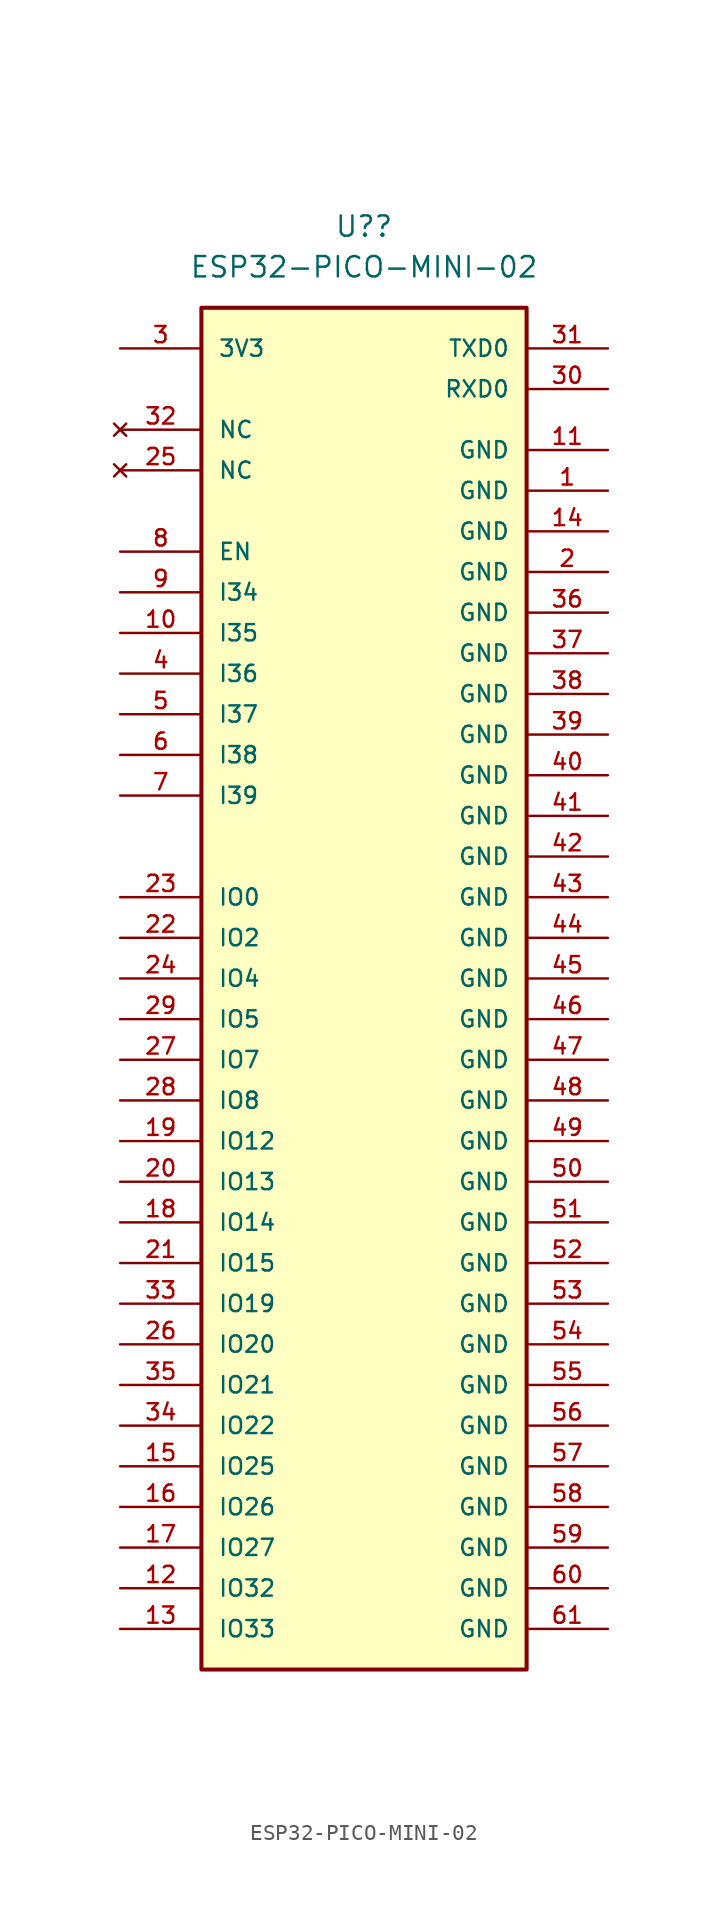
<source format=kicad_sym>
(kicad_symbol_lib
  (version 20211014)
  (generator kicad_symbol_editor)
  (symbol "ESP32-PICO-MINI-02"
    (pin_names
      (offset 1.016))
    (property "Reference" "U?"
      (at 0 35.56 0)
      (effects (font (size 1.27 1.27))))
    (property "Value" "ESP32-PICO-MINI-02"
      (at 0 33.02 0)
      (effects (font (size 1.27 1.27))))
    (symbol "ESP32-PICO-MINI-02_0_0"
      (rectangle (start -10.16 30.48) (end 10.16 -54.61) (stroke (width 0.254) (type default) (color 0 0 0 0)) (fill (type background)))
      (pin power_in line (at 15.24 19.05 180) (length 5.08) (name "GND" (effects (font (size 1.016 1.016)))) (number "1" (effects (font (size 1.016 1.016)))))
      (pin input line (at -15.24 10.16 0) (length 5.08) (name "I35" (effects (font (size 1.016 1.016)))) (number "10" (effects (font (size 1.016 1.016)))))
      (pin power_in line (at 15.24 21.59 180) (length 5.08) (name "GND" (effects (font (size 1.016 1.016)))) (number "11" (effects (font (size 1.016 1.016)))))
      (pin bidirectional line (at -15.24 -49.53 0) (length 5.08) (name "IO32" (effects (font (size 1.016 1.016)))) (number "12" (effects (font (size 1.016 1.016)))))
      (pin bidirectional line (at -15.24 -52.07 0) (length 5.08) (name "IO33" (effects (font (size 1.016 1.016)))) (number "13" (effects (font (size 1.016 1.016)))))
      (pin power_in line (at 15.24 16.51 180) (length 5.08) (name "GND" (effects (font (size 1.016 1.016)))) (number "14" (effects (font (size 1.016 1.016)))))
      (pin bidirectional line (at -15.24 -41.91 0) (length 5.08) (name "IO25" (effects (font (size 1.016 1.016)))) (number "15" (effects (font (size 1.016 1.016)))))
      (pin bidirectional line (at -15.24 -44.45 0) (length 5.08) (name "IO26" (effects (font (size 1.016 1.016)))) (number "16" (effects (font (size 1.016 1.016)))))
      (pin bidirectional line (at -15.24 -46.99 0) (length 5.08) (name "IO27" (effects (font (size 1.016 1.016)))) (number "17" (effects (font (size 1.016 1.016)))))
      (pin bidirectional line (at -15.24 -26.67 0) (length 5.08) (name "IO14" (effects (font (size 1.016 1.016)))) (number "18" (effects (font (size 1.016 1.016)))))
      (pin bidirectional line (at -15.24 -21.59 0) (length 5.08) (name "IO12" (effects (font (size 1.016 1.016)))) (number "19" (effects (font (size 1.016 1.016)))))
      (pin power_in line (at 15.24 13.97 180) (length 5.08) (name "GND" (effects (font (size 1.016 1.016)))) (number "2" (effects (font (size 1.016 1.016)))))
      (pin bidirectional line (at -15.24 -24.13 0) (length 5.08) (name "IO13" (effects (font (size 1.016 1.016)))) (number "20" (effects (font (size 1.016 1.016)))))
      (pin bidirectional line (at -15.24 -29.21 0) (length 5.08) (name "IO15" (effects (font (size 1.016 1.016)))) (number "21" (effects (font (size 1.016 1.016)))))
      (pin bidirectional line (at -15.24 -8.89 0) (length 5.08) (name "IO2" (effects (font (size 1.016 1.016)))) (number "22" (effects (font (size 1.016 1.016)))))
      (pin bidirectional line (at -15.24 -6.35 0) (length 5.08) (name "IO0" (effects (font (size 1.016 1.016)))) (number "23" (effects (font (size 1.016 1.016)))))
      (pin bidirectional line (at -15.24 -11.43 0) (length 5.08) (name "IO4" (effects (font (size 1.016 1.016)))) (number "24" (effects (font (size 1.016 1.016)))))
      (pin no_connect line (at -15.24 20.32 0) (length 5.08) (name "NC" (effects (font (size 1.016 1.016)))) (number "25" (effects (font (size 1.016 1.016)))))
      (pin bidirectional line (at -15.24 -34.29 0) (length 5.08) (name "IO20" (effects (font (size 1.016 1.016)))) (number "26" (effects (font (size 1.016 1.016)))))
      (pin bidirectional line (at -15.24 -16.51 0) (length 5.08) (name "IO7" (effects (font (size 1.016 1.016)))) (number "27" (effects (font (size 1.016 1.016)))))
      (pin bidirectional line (at -15.24 -19.05 0) (length 5.08) (name "IO8" (effects (font (size 1.016 1.016)))) (number "28" (effects (font (size 1.016 1.016)))))
      (pin bidirectional line (at -15.24 -13.97 0) (length 5.08) (name "IO5" (effects (font (size 1.016 1.016)))) (number "29" (effects (font (size 1.016 1.016)))))
      (pin power_in line (at -15.24 27.94 0) (length 5.08) (name "3V3" (effects (font (size 1.016 1.016)))) (number "3" (effects (font (size 1.016 1.016)))))
      (pin bidirectional line (at 15.24 25.4 180) (length 5.08) (name "RXD0" (effects (font (size 1.016 1.016)))) (number "30" (effects (font (size 1.016 1.016)))))
      (pin bidirectional line (at 15.24 27.94 180) (length 5.08) (name "TXD0" (effects (font (size 1.016 1.016)))) (number "31" (effects (font (size 1.016 1.016)))))
      (pin no_connect line (at -15.24 22.86 0) (length 5.08) (name "NC" (effects (font (size 1.016 1.016)))) (number "32" (effects (font (size 1.016 1.016)))))
      (pin bidirectional line (at -15.24 -31.75 0) (length 5.08) (name "IO19" (effects (font (size 1.016 1.016)))) (number "33" (effects (font (size 1.016 1.016)))))
      (pin bidirectional line (at -15.24 -39.37 0) (length 5.08) (name "IO22" (effects (font (size 1.016 1.016)))) (number "34" (effects (font (size 1.016 1.016)))))
      (pin bidirectional line (at -15.24 -36.83 0) (length 5.08) (name "IO21" (effects (font (size 1.016 1.016)))) (number "35" (effects (font (size 1.016 1.016)))))
      (pin power_in line (at 15.24 11.43 180) (length 5.08) (name "GND" (effects (font (size 1.016 1.016)))) (number "36" (effects (font (size 1.016 1.016)))))
      (pin power_in line (at 15.24 8.89 180) (length 5.08) (name "GND" (effects (font (size 1.016 1.016)))) (number "37" (effects (font (size 1.016 1.016)))))
      (pin power_in line (at 15.24 6.35 180) (length 5.08) (name "GND" (effects (font (size 1.016 1.016)))) (number "38" (effects (font (size 1.016 1.016)))))
      (pin power_in line (at 15.24 3.81 180) (length 5.08) (name "GND" (effects (font (size 1.016 1.016)))) (number "39" (effects (font (size 1.016 1.016)))))
      (pin input line (at -15.24 7.62 0) (length 5.08) (name "I36" (effects (font (size 1.016 1.016)))) (number "4" (effects (font (size 1.016 1.016)))))
      (pin power_in line (at 15.24 1.27 180) (length 5.08) (name "GND" (effects (font (size 1.016 1.016)))) (number "40" (effects (font (size 1.016 1.016)))))
      (pin power_in line (at 15.24 -1.27 180) (length 5.08) (name "GND" (effects (font (size 1.016 1.016)))) (number "41" (effects (font (size 1.016 1.016)))))
      (pin power_in line (at 15.24 -3.81 180) (length 5.08) (name "GND" (effects (font (size 1.016 1.016)))) (number "42" (effects (font (size 1.016 1.016)))))
      (pin power_in line (at 15.24 -6.35 180) (length 5.08) (name "GND" (effects (font (size 1.016 1.016)))) (number "43" (effects (font (size 1.016 1.016)))))
      (pin power_in line (at 15.24 -8.89 180) (length 5.08) (name "GND" (effects (font (size 1.016 1.016)))) (number "44" (effects (font (size 1.016 1.016)))))
      (pin power_in line (at 15.24 -11.43 180) (length 5.08) (name "GND" (effects (font (size 1.016 1.016)))) (number "45" (effects (font (size 1.016 1.016)))))
      (pin power_in line (at 15.24 -13.97 180) (length 5.08) (name "GND" (effects (font (size 1.016 1.016)))) (number "46" (effects (font (size 1.016 1.016)))))
      (pin power_in line (at 15.24 -16.51 180) (length 5.08) (name "GND" (effects (font (size 1.016 1.016)))) (number "47" (effects (font (size 1.016 1.016)))))
      (pin power_in line (at 15.24 -19.05 180) (length 5.08) (name "GND" (effects (font (size 1.016 1.016)))) (number "48" (effects (font (size 1.016 1.016)))))
      (pin power_in line (at 15.24 -21.59 180) (length 5.08) (name "GND" (effects (font (size 1.016 1.016)))) (number "49" (effects (font (size 1.016 1.016)))))
      (pin input line (at -15.24 5.08 0) (length 5.08) (name "I37" (effects (font (size 1.016 1.016)))) (number "5" (effects (font (size 1.016 1.016)))))
      (pin power_in line (at 15.24 -24.13 180) (length 5.08) (name "GND" (effects (font (size 1.016 1.016)))) (number "50" (effects (font (size 1.016 1.016)))))
      (pin power_in line (at 15.24 -26.67 180) (length 5.08) (name "GND" (effects (font (size 1.016 1.016)))) (number "51" (effects (font (size 1.016 1.016)))))
      (pin power_in line (at 15.24 -29.21 180) (length 5.08) (name "GND" (effects (font (size 1.016 1.016)))) (number "52" (effects (font (size 1.016 1.016)))))
      (pin power_in line (at 15.24 -31.75 180) (length 5.08) (name "GND" (effects (font (size 1.016 1.016)))) (number "53" (effects (font (size 1.016 1.016)))))
      (pin power_in line (at 15.24 -34.29 180) (length 5.08) (name "GND" (effects (font (size 1.016 1.016)))) (number "54" (effects (font (size 1.016 1.016)))))
      (pin power_in line (at 15.24 -36.83 180) (length 5.08) (name "GND" (effects (font (size 1.016 1.016)))) (number "55" (effects (font (size 1.016 1.016)))))
      (pin power_in line (at 15.24 -39.37 180) (length 5.08) (name "GND" (effects (font (size 1.016 1.016)))) (number "56" (effects (font (size 1.016 1.016)))))
      (pin power_in line (at 15.24 -41.91 180) (length 5.08) (name "GND" (effects (font (size 1.016 1.016)))) (number "57" (effects (font (size 1.016 1.016)))))
      (pin power_in line (at 15.24 -44.45 180) (length 5.08) (name "GND" (effects (font (size 1.016 1.016)))) (number "58" (effects (font (size 1.016 1.016)))))
      (pin power_in line (at 15.24 -46.99 180) (length 5.08) (name "GND" (effects (font (size 1.016 1.016)))) (number "59" (effects (font (size 1.016 1.016)))))
      (pin input line (at -15.24 2.54 0) (length 5.08) (name "I38" (effects (font (size 1.016 1.016)))) (number "6" (effects (font (size 1.016 1.016)))))
      (pin power_in line (at 15.24 -49.53 180) (length 5.08) (name "GND" (effects (font (size 1.016 1.016)))) (number "60" (effects (font (size 1.016 1.016)))))
      (pin power_in line (at 15.24 -52.07 180) (length 5.08) (name "GND" (effects (font (size 1.016 1.016)))) (number "61" (effects (font (size 1.016 1.016)))))
      (pin input line (at -15.24 0 0) (length 5.08) (name "I39" (effects (font (size 1.016 1.016)))) (number "7" (effects (font (size 1.016 1.016)))))
      (pin input line (at -15.24 15.24 0) (length 5.08) (name "EN" (effects (font (size 1.016 1.016)))) (number "8" (effects (font (size 1.016 1.016)))))
      (pin input line (at -15.24 12.7 0) (length 5.08) (name "I34" (effects (font (size 1.016 1.016)))) (number "9" (effects (font (size 1.016 1.016))))))))
</source>
